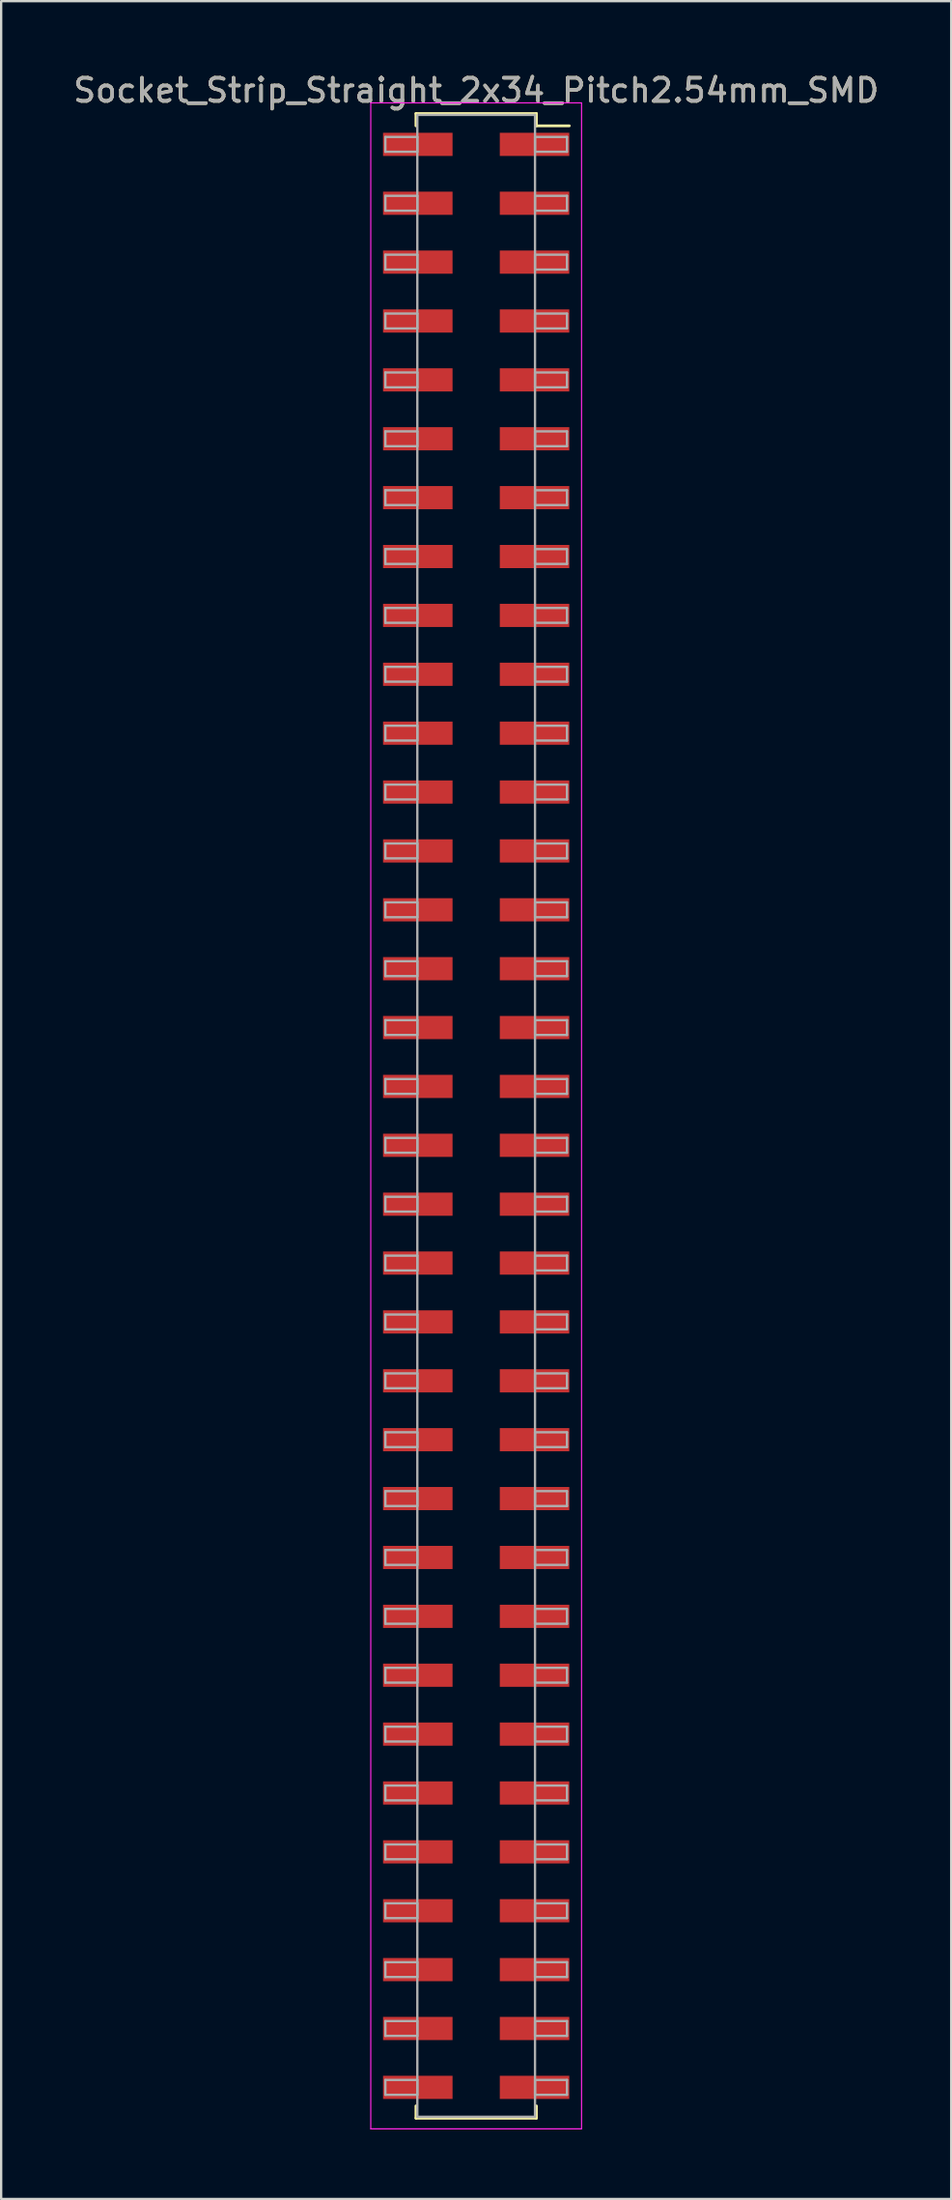
<source format=kicad_pcb>
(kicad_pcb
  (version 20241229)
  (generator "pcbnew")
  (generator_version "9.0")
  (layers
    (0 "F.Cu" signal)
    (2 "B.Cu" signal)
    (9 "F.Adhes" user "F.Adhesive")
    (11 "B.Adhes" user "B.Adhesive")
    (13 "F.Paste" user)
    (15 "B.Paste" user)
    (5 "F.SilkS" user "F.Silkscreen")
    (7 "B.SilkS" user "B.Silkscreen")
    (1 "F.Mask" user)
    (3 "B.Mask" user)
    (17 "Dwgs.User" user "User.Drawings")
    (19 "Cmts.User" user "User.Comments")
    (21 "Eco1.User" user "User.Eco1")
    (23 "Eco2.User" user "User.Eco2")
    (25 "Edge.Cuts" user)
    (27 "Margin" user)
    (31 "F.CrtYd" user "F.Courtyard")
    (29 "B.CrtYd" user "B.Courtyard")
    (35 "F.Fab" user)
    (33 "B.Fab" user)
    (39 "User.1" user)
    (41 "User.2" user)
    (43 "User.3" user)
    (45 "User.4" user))
  (footprint "Socket_Strip_Straight_2x34_Pitch2.54mm_SMD"
    (layer "F.Cu")
    (at 17.506 45.088)
    (property "Reference" "Socket_Strip_Straight_2x34_Pitch2.54mm_SMD" (at 0 -44.24 0) (layer "F.SilkS") (effects (font (size 1 1) (thickness 0.15))))
    (attr smd)
    (fp_line (start -2.6 -43.24) (end 2.6 -43.24) (stroke (width 0.12) (type solid)) (layer "F.SilkS"))
    (fp_line (start -2.6 -42.71) (end -2.6 -43.24) (stroke (width 0.12) (type solid)) (layer "F.SilkS"))
    (fp_line (start -2.6 42.71) (end -2.6 43.24) (stroke (width 0.12) (type solid)) (layer "F.SilkS"))
    (fp_line (start -2.6 43.24) (end 2.6 43.24) (stroke (width 0.12) (type solid)) (layer "F.SilkS"))
    (fp_line (start 2.6 -43.24) (end 2.6 -42.71) (stroke (width 0.12) (type solid)) (layer "F.SilkS"))
    (fp_line (start 2.6 43.24) (end 2.6 42.71) (stroke (width 0.12) (type solid)) (layer "F.SilkS"))
    (fp_line (start 4.02 -42.71) (end 2.6 -42.71) (stroke (width 0.12) (type solid)) (layer "F.SilkS"))
    (fp_line (start -4.55 -43.7) (end -4.55 43.7) (stroke (width 0.05) (type solid)) (layer "F.CrtYd"))
    (fp_line (start -4.55 43.7) (end 4.55 43.7) (stroke (width 0.05) (type solid)) (layer "F.CrtYd"))
    (fp_line (start 4.55 -43.7) (end -4.55 -43.7) (stroke (width 0.05) (type solid)) (layer "F.CrtYd"))
    (fp_line (start 4.55 43.7) (end 4.55 -43.7) (stroke (width 0.05) (type solid)) (layer "F.CrtYd"))
    (fp_line (start -3.92 -42.23) (end -2.54 -42.23) (stroke (width 0.1) (type solid)) (layer "F.Fab"))
    (fp_line (start -3.92 -41.59) (end -3.92 -42.23) (stroke (width 0.1) (type solid)) (layer "F.Fab"))
    (fp_line (start -3.92 -39.69) (end -2.54 -39.69) (stroke (width 0.1) (type solid)) (layer "F.Fab"))
    (fp_line (start -3.92 -39.05) (end -3.92 -39.69) (stroke (width 0.1) (type solid)) (layer "F.Fab"))
    (fp_line (start -3.92 -37.15) (end -2.54 -37.15) (stroke (width 0.1) (type solid)) (layer "F.Fab"))
    (fp_line (start -3.92 -36.51) (end -3.92 -37.15) (stroke (width 0.1) (type solid)) (layer "F.Fab"))
    (fp_line (start -3.92 -34.61) (end -2.54 -34.61) (stroke (width 0.1) (type solid)) (layer "F.Fab"))
    (fp_line (start -3.92 -33.97) (end -3.92 -34.61) (stroke (width 0.1) (type solid)) (layer "F.Fab"))
    (fp_line (start -3.92 -32.07) (end -2.54 -32.07) (stroke (width 0.1) (type solid)) (layer "F.Fab"))
    (fp_line (start -3.92 -31.43) (end -3.92 -32.07) (stroke (width 0.1) (type solid)) (layer "F.Fab"))
    (fp_line (start -3.92 -29.53) (end -2.54 -29.53) (stroke (width 0.1) (type solid)) (layer "F.Fab"))
    (fp_line (start -3.92 -28.89) (end -3.92 -29.53) (stroke (width 0.1) (type solid)) (layer "F.Fab"))
    (fp_line (start -3.92 -26.99) (end -2.54 -26.99) (stroke (width 0.1) (type solid)) (layer "F.Fab"))
    (fp_line (start -3.92 -26.35) (end -3.92 -26.99) (stroke (width 0.1) (type solid)) (layer "F.Fab"))
    (fp_line (start -3.92 -24.45) (end -2.54 -24.45) (stroke (width 0.1) (type solid)) (layer "F.Fab"))
    (fp_line (start -3.92 -23.81) (end -3.92 -24.45) (stroke (width 0.1) (type solid)) (layer "F.Fab"))
    (fp_line (start -3.92 -21.91) (end -2.54 -21.91) (stroke (width 0.1) (type solid)) (layer "F.Fab"))
    (fp_line (start -3.92 -21.27) (end -3.92 -21.91) (stroke (width 0.1) (type solid)) (layer "F.Fab"))
    (fp_line (start -3.92 -19.37) (end -2.54 -19.37) (stroke (width 0.1) (type solid)) (layer "F.Fab"))
    (fp_line (start -3.92 -18.73) (end -3.92 -19.37) (stroke (width 0.1) (type solid)) (layer "F.Fab"))
    (fp_line (start -3.92 -16.83) (end -2.54 -16.83) (stroke (width 0.1) (type solid)) (layer "F.Fab"))
    (fp_line (start -3.92 -16.19) (end -3.92 -16.83) (stroke (width 0.1) (type solid)) (layer "F.Fab"))
    (fp_line (start -3.92 -14.29) (end -2.54 -14.29) (stroke (width 0.1) (type solid)) (layer "F.Fab"))
    (fp_line (start -3.92 -13.65) (end -3.92 -14.29) (stroke (width 0.1) (type solid)) (layer "F.Fab"))
    (fp_line (start -3.92 -11.75) (end -2.54 -11.75) (stroke (width 0.1) (type solid)) (layer "F.Fab"))
    (fp_line (start -3.92 -11.11) (end -3.92 -11.75) (stroke (width 0.1) (type solid)) (layer "F.Fab"))
    (fp_line (start -3.92 -9.21) (end -2.54 -9.21) (stroke (width 0.1) (type solid)) (layer "F.Fab"))
    (fp_line (start -3.92 -8.57) (end -3.92 -9.21) (stroke (width 0.1) (type solid)) (layer "F.Fab"))
    (fp_line (start -3.92 -6.67) (end -2.54 -6.67) (stroke (width 0.1) (type solid)) (layer "F.Fab"))
    (fp_line (start -3.92 -6.03) (end -3.92 -6.67) (stroke (width 0.1) (type solid)) (layer "F.Fab"))
    (fp_line (start -3.92 -4.13) (end -2.54 -4.13) (stroke (width 0.1) (type solid)) (layer "F.Fab"))
    (fp_line (start -3.92 -3.49) (end -3.92 -4.13) (stroke (width 0.1) (type solid)) (layer "F.Fab"))
    (fp_line (start -3.92 -1.59) (end -2.54 -1.59) (stroke (width 0.1) (type solid)) (layer "F.Fab"))
    (fp_line (start -3.92 -0.95) (end -3.92 -1.59) (stroke (width 0.1) (type solid)) (layer "F.Fab"))
    (fp_line (start -3.92 0.95) (end -2.54 0.95) (stroke (width 0.1) (type solid)) (layer "F.Fab"))
    (fp_line (start -3.92 1.59) (end -3.92 0.95) (stroke (width 0.1) (type solid)) (layer "F.Fab"))
    (fp_line (start -3.92 3.49) (end -2.54 3.49) (stroke (width 0.1) (type solid)) (layer "F.Fab"))
    (fp_line (start -3.92 4.13) (end -3.92 3.49) (stroke (width 0.1) (type solid)) (layer "F.Fab"))
    (fp_line (start -3.92 6.03) (end -2.54 6.03) (stroke (width 0.1) (type solid)) (layer "F.Fab"))
    (fp_line (start -3.92 6.67) (end -3.92 6.03) (stroke (width 0.1) (type solid)) (layer "F.Fab"))
    (fp_line (start -3.92 8.57) (end -2.54 8.57) (stroke (width 0.1) (type solid)) (layer "F.Fab"))
    (fp_line (start -3.92 9.21) (end -3.92 8.57) (stroke (width 0.1) (type solid)) (layer "F.Fab"))
    (fp_line (start -3.92 11.11) (end -2.54 11.11) (stroke (width 0.1) (type solid)) (layer "F.Fab"))
    (fp_line (start -3.92 11.75) (end -3.92 11.11) (stroke (width 0.1) (type solid)) (layer "F.Fab"))
    (fp_line (start -3.92 13.65) (end -2.54 13.65) (stroke (width 0.1) (type solid)) (layer "F.Fab"))
    (fp_line (start -3.92 14.29) (end -3.92 13.65) (stroke (width 0.1) (type solid)) (layer "F.Fab"))
    (fp_line (start -3.92 16.19) (end -2.54 16.19) (stroke (width 0.1) (type solid)) (layer "F.Fab"))
    (fp_line (start -3.92 16.83) (end -3.92 16.19) (stroke (width 0.1) (type solid)) (layer "F.Fab"))
    (fp_line (start -3.92 18.73) (end -2.54 18.73) (stroke (width 0.1) (type solid)) (layer "F.Fab"))
    (fp_line (start -3.92 19.37) (end -3.92 18.73) (stroke (width 0.1) (type solid)) (layer "F.Fab"))
    (fp_line (start -3.92 21.27) (end -2.54 21.27) (stroke (width 0.1) (type solid)) (layer "F.Fab"))
    (fp_line (start -3.92 21.91) (end -3.92 21.27) (stroke (width 0.1) (type solid)) (layer "F.Fab"))
    (fp_line (start -3.92 23.81) (end -2.54 23.81) (stroke (width 0.1) (type solid)) (layer "F.Fab"))
    (fp_line (start -3.92 24.45) (end -3.92 23.81) (stroke (width 0.1) (type solid)) (layer "F.Fab"))
    (fp_line (start -3.92 26.35) (end -2.54 26.35) (stroke (width 0.1) (type solid)) (layer "F.Fab"))
    (fp_line (start -3.92 26.99) (end -3.92 26.35) (stroke (width 0.1) (type solid)) (layer "F.Fab"))
    (fp_line (start -3.92 28.89) (end -2.54 28.89) (stroke (width 0.1) (type solid)) (layer "F.Fab"))
    (fp_line (start -3.92 29.53) (end -3.92 28.89) (stroke (width 0.1) (type solid)) (layer "F.Fab"))
    (fp_line (start -3.92 31.43) (end -2.54 31.43) (stroke (width 0.1) (type solid)) (layer "F.Fab"))
    (fp_line (start -3.92 32.07) (end -3.92 31.43) (stroke (width 0.1) (type solid)) (layer "F.Fab"))
    (fp_line (start -3.92 33.97) (end -2.54 33.97) (stroke (width 0.1) (type solid)) (layer "F.Fab"))
    (fp_line (start -3.92 34.61) (end -3.92 33.97) (stroke (width 0.1) (type solid)) (layer "F.Fab"))
    (fp_line (start -3.92 36.51) (end -2.54 36.51) (stroke (width 0.1) (type solid)) (layer "F.Fab"))
    (fp_line (start -3.92 37.15) (end -3.92 36.51) (stroke (width 0.1) (type solid)) (layer "F.Fab"))
    (fp_line (start -3.92 39.05) (end -2.54 39.05) (stroke (width 0.1) (type solid)) (layer "F.Fab"))
    (fp_line (start -3.92 39.69) (end -3.92 39.05) (stroke (width 0.1) (type solid)) (layer "F.Fab"))
    (fp_line (start -3.92 41.59) (end -2.54 41.59) (stroke (width 0.1) (type solid)) (layer "F.Fab"))
    (fp_line (start -3.92 42.23) (end -3.92 41.59) (stroke (width 0.1) (type solid)) (layer "F.Fab"))
    (fp_line (start -2.54 -43.18) (end -2.54 43.18) (stroke (width 0.1) (type solid)) (layer "F.Fab"))
    (fp_line (start -2.54 -42.23) (end -2.54 -41.59) (stroke (width 0.1) (type solid)) (layer "F.Fab"))
    (fp_line (start -2.54 -41.59) (end -3.92 -41.59) (stroke (width 0.1) (type solid)) (layer "F.Fab"))
    (fp_line (start -2.54 -39.69) (end -2.54 -39.05) (stroke (width 0.1) (type solid)) (layer "F.Fab"))
    (fp_line (start -2.54 -39.05) (end -3.92 -39.05) (stroke (width 0.1) (type solid)) (layer "F.Fab"))
    (fp_line (start -2.54 -37.15) (end -2.54 -36.51) (stroke (width 0.1) (type solid)) (layer "F.Fab"))
    (fp_line (start -2.54 -36.51) (end -3.92 -36.51) (stroke (width 0.1) (type solid)) (layer "F.Fab"))
    (fp_line (start -2.54 -34.61) (end -2.54 -33.97) (stroke (width 0.1) (type solid)) (layer "F.Fab"))
    (fp_line (start -2.54 -33.97) (end -3.92 -33.97) (stroke (width 0.1) (type solid)) (layer "F.Fab"))
    (fp_line (start -2.54 -32.07) (end -2.54 -31.43) (stroke (width 0.1) (type solid)) (layer "F.Fab"))
    (fp_line (start -2.54 -31.43) (end -3.92 -31.43) (stroke (width 0.1) (type solid)) (layer "F.Fab"))
    (fp_line (start -2.54 -29.53) (end -2.54 -28.89) (stroke (width 0.1) (type solid)) (layer "F.Fab"))
    (fp_line (start -2.54 -28.89) (end -3.92 -28.89) (stroke (width 0.1) (type solid)) (layer "F.Fab"))
    (fp_line (start -2.54 -26.99) (end -2.54 -26.35) (stroke (width 0.1) (type solid)) (layer "F.Fab"))
    (fp_line (start -2.54 -26.35) (end -3.92 -26.35) (stroke (width 0.1) (type solid)) (layer "F.Fab"))
    (fp_line (start -2.54 -24.45) (end -2.54 -23.81) (stroke (width 0.1) (type solid)) (layer "F.Fab"))
    (fp_line (start -2.54 -23.81) (end -3.92 -23.81) (stroke (width 0.1) (type solid)) (layer "F.Fab"))
    (fp_line (start -2.54 -21.91) (end -2.54 -21.27) (stroke (width 0.1) (type solid)) (layer "F.Fab"))
    (fp_line (start -2.54 -21.27) (end -3.92 -21.27) (stroke (width 0.1) (type solid)) (layer "F.Fab"))
    (fp_line (start -2.54 -19.37) (end -2.54 -18.73) (stroke (width 0.1) (type solid)) (layer "F.Fab"))
    (fp_line (start -2.54 -18.73) (end -3.92 -18.73) (stroke (width 0.1) (type solid)) (layer "F.Fab"))
    (fp_line (start -2.54 -16.83) (end -2.54 -16.19) (stroke (width 0.1) (type solid)) (layer "F.Fab"))
    (fp_line (start -2.54 -16.19) (end -3.92 -16.19) (stroke (width 0.1) (type solid)) (layer "F.Fab"))
    (fp_line (start -2.54 -14.29) (end -2.54 -13.65) (stroke (width 0.1) (type solid)) (layer "F.Fab"))
    (fp_line (start -2.54 -13.65) (end -3.92 -13.65) (stroke (width 0.1) (type solid)) (layer "F.Fab"))
    (fp_line (start -2.54 -11.75) (end -2.54 -11.11) (stroke (width 0.1) (type solid)) (layer "F.Fab"))
    (fp_line (start -2.54 -11.11) (end -3.92 -11.11) (stroke (width 0.1) (type solid)) (layer "F.Fab"))
    (fp_line (start -2.54 -9.21) (end -2.54 -8.57) (stroke (width 0.1) (type solid)) (layer "F.Fab"))
    (fp_line (start -2.54 -8.57) (end -3.92 -8.57) (stroke (width 0.1) (type solid)) (layer "F.Fab"))
    (fp_line (start -2.54 -6.67) (end -2.54 -6.03) (stroke (width 0.1) (type solid)) (layer "F.Fab"))
    (fp_line (start -2.54 -6.03) (end -3.92 -6.03) (stroke (width 0.1) (type solid)) (layer "F.Fab"))
    (fp_line (start -2.54 -4.13) (end -2.54 -3.49) (stroke (width 0.1) (type solid)) (layer "F.Fab"))
    (fp_line (start -2.54 -3.49) (end -3.92 -3.49) (stroke (width 0.1) (type solid)) (layer "F.Fab"))
    (fp_line (start -2.54 -1.59) (end -2.54 -0.95) (stroke (width 0.1) (type solid)) (layer "F.Fab"))
    (fp_line (start -2.54 -0.95) (end -3.92 -0.95) (stroke (width 0.1) (type solid)) (layer "F.Fab"))
    (fp_line (start -2.54 0.95) (end -2.54 1.59) (stroke (width 0.1) (type solid)) (layer "F.Fab"))
    (fp_line (start -2.54 1.59) (end -3.92 1.59) (stroke (width 0.1) (type solid)) (layer "F.Fab"))
    (fp_line (start -2.54 3.49) (end -2.54 4.13) (stroke (width 0.1) (type solid)) (layer "F.Fab"))
    (fp_line (start -2.54 4.13) (end -3.92 4.13) (stroke (width 0.1) (type solid)) (layer "F.Fab"))
    (fp_line (start -2.54 6.03) (end -2.54 6.67) (stroke (width 0.1) (type solid)) (layer "F.Fab"))
    (fp_line (start -2.54 6.67) (end -3.92 6.67) (stroke (width 0.1) (type solid)) (layer "F.Fab"))
    (fp_line (start -2.54 8.57) (end -2.54 9.21) (stroke (width 0.1) (type solid)) (layer "F.Fab"))
    (fp_line (start -2.54 9.21) (end -3.92 9.21) (stroke (width 0.1) (type solid)) (layer "F.Fab"))
    (fp_line (start -2.54 11.11) (end -2.54 11.75) (stroke (width 0.1) (type solid)) (layer "F.Fab"))
    (fp_line (start -2.54 11.75) (end -3.92 11.75) (stroke (width 0.1) (type solid)) (layer "F.Fab"))
    (fp_line (start -2.54 13.65) (end -2.54 14.29) (stroke (width 0.1) (type solid)) (layer "F.Fab"))
    (fp_line (start -2.54 14.29) (end -3.92 14.29) (stroke (width 0.1) (type solid)) (layer "F.Fab"))
    (fp_line (start -2.54 16.19) (end -2.54 16.83) (stroke (width 0.1) (type solid)) (layer "F.Fab"))
    (fp_line (start -2.54 16.83) (end -3.92 16.83) (stroke (width 0.1) (type solid)) (layer "F.Fab"))
    (fp_line (start -2.54 18.73) (end -2.54 19.37) (stroke (width 0.1) (type solid)) (layer "F.Fab"))
    (fp_line (start -2.54 19.37) (end -3.92 19.37) (stroke (width 0.1) (type solid)) (layer "F.Fab"))
    (fp_line (start -2.54 21.27) (end -2.54 21.91) (stroke (width 0.1) (type solid)) (layer "F.Fab"))
    (fp_line (start -2.54 21.91) (end -3.92 21.91) (stroke (width 0.1) (type solid)) (layer "F.Fab"))
    (fp_line (start -2.54 23.81) (end -2.54 24.45) (stroke (width 0.1) (type solid)) (layer "F.Fab"))
    (fp_line (start -2.54 24.45) (end -3.92 24.45) (stroke (width 0.1) (type solid)) (layer "F.Fab"))
    (fp_line (start -2.54 26.35) (end -2.54 26.99) (stroke (width 0.1) (type solid)) (layer "F.Fab"))
    (fp_line (start -2.54 26.99) (end -3.92 26.99) (stroke (width 0.1) (type solid)) (layer "F.Fab"))
    (fp_line (start -2.54 28.89) (end -2.54 29.53) (stroke (width 0.1) (type solid)) (layer "F.Fab"))
    (fp_line (start -2.54 29.53) (end -3.92 29.53) (stroke (width 0.1) (type solid)) (layer "F.Fab"))
    (fp_line (start -2.54 31.43) (end -2.54 32.07) (stroke (width 0.1) (type solid)) (layer "F.Fab"))
    (fp_line (start -2.54 32.07) (end -3.92 32.07) (stroke (width 0.1) (type solid)) (layer "F.Fab"))
    (fp_line (start -2.54 33.97) (end -2.54 34.61) (stroke (width 0.1) (type solid)) (layer "F.Fab"))
    (fp_line (start -2.54 34.61) (end -3.92 34.61) (stroke (width 0.1) (type solid)) (layer "F.Fab"))
    (fp_line (start -2.54 36.51) (end -2.54 37.15) (stroke (width 0.1) (type solid)) (layer "F.Fab"))
    (fp_line (start -2.54 37.15) (end -3.92 37.15) (stroke (width 0.1) (type solid)) (layer "F.Fab"))
    (fp_line (start -2.54 39.05) (end -2.54 39.69) (stroke (width 0.1) (type solid)) (layer "F.Fab"))
    (fp_line (start -2.54 39.69) (end -3.92 39.69) (stroke (width 0.1) (type solid)) (layer "F.Fab"))
    (fp_line (start -2.54 41.59) (end -2.54 42.23) (stroke (width 0.1) (type solid)) (layer "F.Fab"))
    (fp_line (start -2.54 42.23) (end -3.92 42.23) (stroke (width 0.1) (type solid)) (layer "F.Fab"))
    (fp_line (start -2.54 43.18) (end 2.54 43.18) (stroke (width 0.1) (type solid)) (layer "F.Fab"))
    (fp_line (start 2.54 -43.18) (end -2.54 -43.18) (stroke (width 0.1) (type solid)) (layer "F.Fab"))
    (fp_line (start 2.54 -42.23) (end 2.54 -41.59) (stroke (width 0.1) (type solid)) (layer "F.Fab"))
    (fp_line (start 2.54 -41.59) (end 3.92 -41.59) (stroke (width 0.1) (type solid)) (layer "F.Fab"))
    (fp_line (start 2.54 -39.69) (end 2.54 -39.05) (stroke (width 0.1) (type solid)) (layer "F.Fab"))
    (fp_line (start 2.54 -39.05) (end 3.92 -39.05) (stroke (width 0.1) (type solid)) (layer "F.Fab"))
    (fp_line (start 2.54 -37.15) (end 2.54 -36.51) (stroke (width 0.1) (type solid)) (layer "F.Fab"))
    (fp_line (start 2.54 -36.51) (end 3.92 -36.51) (stroke (width 0.1) (type solid)) (layer "F.Fab"))
    (fp_line (start 2.54 -34.61) (end 2.54 -33.97) (stroke (width 0.1) (type solid)) (layer "F.Fab"))
    (fp_line (start 2.54 -33.97) (end 3.92 -33.97) (stroke (width 0.1) (type solid)) (layer "F.Fab"))
    (fp_line (start 2.54 -32.07) (end 2.54 -31.43) (stroke (width 0.1) (type solid)) (layer "F.Fab"))
    (fp_line (start 2.54 -31.43) (end 3.92 -31.43) (stroke (width 0.1) (type solid)) (layer "F.Fab"))
    (fp_line (start 2.54 -29.53) (end 2.54 -28.89) (stroke (width 0.1) (type solid)) (layer "F.Fab"))
    (fp_line (start 2.54 -28.89) (end 3.92 -28.89) (stroke (width 0.1) (type solid)) (layer "F.Fab"))
    (fp_line (start 2.54 -26.99) (end 2.54 -26.35) (stroke (width 0.1) (type solid)) (layer "F.Fab"))
    (fp_line (start 2.54 -26.35) (end 3.92 -26.35) (stroke (width 0.1) (type solid)) (layer "F.Fab"))
    (fp_line (start 2.54 -24.45) (end 2.54 -23.81) (stroke (width 0.1) (type solid)) (layer "F.Fab"))
    (fp_line (start 2.54 -23.81) (end 3.92 -23.81) (stroke (width 0.1) (type solid)) (layer "F.Fab"))
    (fp_line (start 2.54 -21.91) (end 2.54 -21.27) (stroke (width 0.1) (type solid)) (layer "F.Fab"))
    (fp_line (start 2.54 -21.27) (end 3.92 -21.27) (stroke (width 0.1) (type solid)) (layer "F.Fab"))
    (fp_line (start 2.54 -19.37) (end 2.54 -18.73) (stroke (width 0.1) (type solid)) (layer "F.Fab"))
    (fp_line (start 2.54 -18.73) (end 3.92 -18.73) (stroke (width 0.1) (type solid)) (layer "F.Fab"))
    (fp_line (start 2.54 -16.83) (end 2.54 -16.19) (stroke (width 0.1) (type solid)) (layer "F.Fab"))
    (fp_line (start 2.54 -16.19) (end 3.92 -16.19) (stroke (width 0.1) (type solid)) (layer "F.Fab"))
    (fp_line (start 2.54 -14.29) (end 2.54 -13.65) (stroke (width 0.1) (type solid)) (layer "F.Fab"))
    (fp_line (start 2.54 -13.65) (end 3.92 -13.65) (stroke (width 0.1) (type solid)) (layer "F.Fab"))
    (fp_line (start 2.54 -11.75) (end 2.54 -11.11) (stroke (width 0.1) (type solid)) (layer "F.Fab"))
    (fp_line (start 2.54 -11.11) (end 3.92 -11.11) (stroke (width 0.1) (type solid)) (layer "F.Fab"))
    (fp_line (start 2.54 -9.21) (end 2.54 -8.57) (stroke (width 0.1) (type solid)) (layer "F.Fab"))
    (fp_line (start 2.54 -8.57) (end 3.92 -8.57) (stroke (width 0.1) (type solid)) (layer "F.Fab"))
    (fp_line (start 2.54 -6.67) (end 2.54 -6.03) (stroke (width 0.1) (type solid)) (layer "F.Fab"))
    (fp_line (start 2.54 -6.03) (end 3.92 -6.03) (stroke (width 0.1) (type solid)) (layer "F.Fab"))
    (fp_line (start 2.54 -4.13) (end 2.54 -3.49) (stroke (width 0.1) (type solid)) (layer "F.Fab"))
    (fp_line (start 2.54 -3.49) (end 3.92 -3.49) (stroke (width 0.1) (type solid)) (layer "F.Fab"))
    (fp_line (start 2.54 -1.59) (end 2.54 -0.95) (stroke (width 0.1) (type solid)) (layer "F.Fab"))
    (fp_line (start 2.54 -0.95) (end 3.92 -0.95) (stroke (width 0.1) (type solid)) (layer "F.Fab"))
    (fp_line (start 2.54 0.95) (end 2.54 1.59) (stroke (width 0.1) (type solid)) (layer "F.Fab"))
    (fp_line (start 2.54 1.59) (end 3.92 1.59) (stroke (width 0.1) (type solid)) (layer "F.Fab"))
    (fp_line (start 2.54 3.49) (end 2.54 4.13) (stroke (width 0.1) (type solid)) (layer "F.Fab"))
    (fp_line (start 2.54 4.13) (end 3.92 4.13) (stroke (width 0.1) (type solid)) (layer "F.Fab"))
    (fp_line (start 2.54 6.03) (end 2.54 6.67) (stroke (width 0.1) (type solid)) (layer "F.Fab"))
    (fp_line (start 2.54 6.67) (end 3.92 6.67) (stroke (width 0.1) (type solid)) (layer "F.Fab"))
    (fp_line (start 2.54 8.57) (end 2.54 9.21) (stroke (width 0.1) (type solid)) (layer "F.Fab"))
    (fp_line (start 2.54 9.21) (end 3.92 9.21) (stroke (width 0.1) (type solid)) (layer "F.Fab"))
    (fp_line (start 2.54 11.11) (end 2.54 11.75) (stroke (width 0.1) (type solid)) (layer "F.Fab"))
    (fp_line (start 2.54 11.75) (end 3.92 11.75) (stroke (width 0.1) (type solid)) (layer "F.Fab"))
    (fp_line (start 2.54 13.65) (end 2.54 14.29) (stroke (width 0.1) (type solid)) (layer "F.Fab"))
    (fp_line (start 2.54 14.29) (end 3.92 14.29) (stroke (width 0.1) (type solid)) (layer "F.Fab"))
    (fp_line (start 2.54 16.19) (end 2.54 16.83) (stroke (width 0.1) (type solid)) (layer "F.Fab"))
    (fp_line (start 2.54 16.83) (end 3.92 16.83) (stroke (width 0.1) (type solid)) (layer "F.Fab"))
    (fp_line (start 2.54 18.73) (end 2.54 19.37) (stroke (width 0.1) (type solid)) (layer "F.Fab"))
    (fp_line (start 2.54 19.37) (end 3.92 19.37) (stroke (width 0.1) (type solid)) (layer "F.Fab"))
    (fp_line (start 2.54 21.27) (end 2.54 21.91) (stroke (width 0.1) (type solid)) (layer "F.Fab"))
    (fp_line (start 2.54 21.91) (end 3.92 21.91) (stroke (width 0.1) (type solid)) (layer "F.Fab"))
    (fp_line (start 2.54 23.81) (end 2.54 24.45) (stroke (width 0.1) (type solid)) (layer "F.Fab"))
    (fp_line (start 2.54 24.45) (end 3.92 24.45) (stroke (width 0.1) (type solid)) (layer "F.Fab"))
    (fp_line (start 2.54 26.35) (end 2.54 26.99) (stroke (width 0.1) (type solid)) (layer "F.Fab"))
    (fp_line (start 2.54 26.99) (end 3.92 26.99) (stroke (width 0.1) (type solid)) (layer "F.Fab"))
    (fp_line (start 2.54 28.89) (end 2.54 29.53) (stroke (width 0.1) (type solid)) (layer "F.Fab"))
    (fp_line (start 2.54 29.53) (end 3.92 29.53) (stroke (width 0.1) (type solid)) (layer "F.Fab"))
    (fp_line (start 2.54 31.43) (end 2.54 32.07) (stroke (width 0.1) (type solid)) (layer "F.Fab"))
    (fp_line (start 2.54 32.07) (end 3.92 32.07) (stroke (width 0.1) (type solid)) (layer "F.Fab"))
    (fp_line (start 2.54 33.97) (end 2.54 34.61) (stroke (width 0.1) (type solid)) (layer "F.Fab"))
    (fp_line (start 2.54 34.61) (end 3.92 34.61) (stroke (width 0.1) (type solid)) (layer "F.Fab"))
    (fp_line (start 2.54 36.51) (end 2.54 37.15) (stroke (width 0.1) (type solid)) (layer "F.Fab"))
    (fp_line (start 2.54 37.15) (end 3.92 37.15) (stroke (width 0.1) (type solid)) (layer "F.Fab"))
    (fp_line (start 2.54 39.05) (end 2.54 39.69) (stroke (width 0.1) (type solid)) (layer "F.Fab"))
    (fp_line (start 2.54 39.69) (end 3.92 39.69) (stroke (width 0.1) (type solid)) (layer "F.Fab"))
    (fp_line (start 2.54 41.59) (end 2.54 42.23) (stroke (width 0.1) (type solid)) (layer "F.Fab"))
    (fp_line (start 2.54 42.23) (end 3.92 42.23) (stroke (width 0.1) (type solid)) (layer "F.Fab"))
    (fp_line (start 2.54 43.18) (end 2.54 -43.18) (stroke (width 0.1) (type solid)) (layer "F.Fab"))
    (fp_line (start 3.92 -42.23) (end 2.54 -42.23) (stroke (width 0.1) (type solid)) (layer "F.Fab"))
    (fp_line (start 3.92 -41.59) (end 3.92 -42.23) (stroke (width 0.1) (type solid)) (layer "F.Fab"))
    (fp_line (start 3.92 -39.69) (end 2.54 -39.69) (stroke (width 0.1) (type solid)) (layer "F.Fab"))
    (fp_line (start 3.92 -39.05) (end 3.92 -39.69) (stroke (width 0.1) (type solid)) (layer "F.Fab"))
    (fp_line (start 3.92 -37.15) (end 2.54 -37.15) (stroke (width 0.1) (type solid)) (layer "F.Fab"))
    (fp_line (start 3.92 -36.51) (end 3.92 -37.15) (stroke (width 0.1) (type solid)) (layer "F.Fab"))
    (fp_line (start 3.92 -34.61) (end 2.54 -34.61) (stroke (width 0.1) (type solid)) (layer "F.Fab"))
    (fp_line (start 3.92 -33.97) (end 3.92 -34.61) (stroke (width 0.1) (type solid)) (layer "F.Fab"))
    (fp_line (start 3.92 -32.07) (end 2.54 -32.07) (stroke (width 0.1) (type solid)) (layer "F.Fab"))
    (fp_line (start 3.92 -31.43) (end 3.92 -32.07) (stroke (width 0.1) (type solid)) (layer "F.Fab"))
    (fp_line (start 3.92 -29.53) (end 2.54 -29.53) (stroke (width 0.1) (type solid)) (layer "F.Fab"))
    (fp_line (start 3.92 -28.89) (end 3.92 -29.53) (stroke (width 0.1) (type solid)) (layer "F.Fab"))
    (fp_line (start 3.92 -26.99) (end 2.54 -26.99) (stroke (width 0.1) (type solid)) (layer "F.Fab"))
    (fp_line (start 3.92 -26.35) (end 3.92 -26.99) (stroke (width 0.1) (type solid)) (layer "F.Fab"))
    (fp_line (start 3.92 -24.45) (end 2.54 -24.45) (stroke (width 0.1) (type solid)) (layer "F.Fab"))
    (fp_line (start 3.92 -23.81) (end 3.92 -24.45) (stroke (width 0.1) (type solid)) (layer "F.Fab"))
    (fp_line (start 3.92 -21.91) (end 2.54 -21.91) (stroke (width 0.1) (type solid)) (layer "F.Fab"))
    (fp_line (start 3.92 -21.27) (end 3.92 -21.91) (stroke (width 0.1) (type solid)) (layer "F.Fab"))
    (fp_line (start 3.92 -19.37) (end 2.54 -19.37) (stroke (width 0.1) (type solid)) (layer "F.Fab"))
    (fp_line (start 3.92 -18.73) (end 3.92 -19.37) (stroke (width 0.1) (type solid)) (layer "F.Fab"))
    (fp_line (start 3.92 -16.83) (end 2.54 -16.83) (stroke (width 0.1) (type solid)) (layer "F.Fab"))
    (fp_line (start 3.92 -16.19) (end 3.92 -16.83) (stroke (width 0.1) (type solid)) (layer "F.Fab"))
    (fp_line (start 3.92 -14.29) (end 2.54 -14.29) (stroke (width 0.1) (type solid)) (layer "F.Fab"))
    (fp_line (start 3.92 -13.65) (end 3.92 -14.29) (stroke (width 0.1) (type solid)) (layer "F.Fab"))
    (fp_line (start 3.92 -11.75) (end 2.54 -11.75) (stroke (width 0.1) (type solid)) (layer "F.Fab"))
    (fp_line (start 3.92 -11.11) (end 3.92 -11.75) (stroke (width 0.1) (type solid)) (layer "F.Fab"))
    (fp_line (start 3.92 -9.21) (end 2.54 -9.21) (stroke (width 0.1) (type solid)) (layer "F.Fab"))
    (fp_line (start 3.92 -8.57) (end 3.92 -9.21) (stroke (width 0.1) (type solid)) (layer "F.Fab"))
    (fp_line (start 3.92 -6.67) (end 2.54 -6.67) (stroke (width 0.1) (type solid)) (layer "F.Fab"))
    (fp_line (start 3.92 -6.03) (end 3.92 -6.67) (stroke (width 0.1) (type solid)) (layer "F.Fab"))
    (fp_line (start 3.92 -4.13) (end 2.54 -4.13) (stroke (width 0.1) (type solid)) (layer "F.Fab"))
    (fp_line (start 3.92 -3.49) (end 3.92 -4.13) (stroke (width 0.1) (type solid)) (layer "F.Fab"))
    (fp_line (start 3.92 -1.59) (end 2.54 -1.59) (stroke (width 0.1) (type solid)) (layer "F.Fab"))
    (fp_line (start 3.92 -0.95) (end 3.92 -1.59) (stroke (width 0.1) (type solid)) (layer "F.Fab"))
    (fp_line (start 3.92 0.95) (end 2.54 0.95) (stroke (width 0.1) (type solid)) (layer "F.Fab"))
    (fp_line (start 3.92 1.59) (end 3.92 0.95) (stroke (width 0.1) (type solid)) (layer "F.Fab"))
    (fp_line (start 3.92 3.49) (end 2.54 3.49) (stroke (width 0.1) (type solid)) (layer "F.Fab"))
    (fp_line (start 3.92 4.13) (end 3.92 3.49) (stroke (width 0.1) (type solid)) (layer "F.Fab"))
    (fp_line (start 3.92 6.03) (end 2.54 6.03) (stroke (width 0.1) (type solid)) (layer "F.Fab"))
    (fp_line (start 3.92 6.67) (end 3.92 6.03) (stroke (width 0.1) (type solid)) (layer "F.Fab"))
    (fp_line (start 3.92 8.57) (end 2.54 8.57) (stroke (width 0.1) (type solid)) (layer "F.Fab"))
    (fp_line (start 3.92 9.21) (end 3.92 8.57) (stroke (width 0.1) (type solid)) (layer "F.Fab"))
    (fp_line (start 3.92 11.11) (end 2.54 11.11) (stroke (width 0.1) (type solid)) (layer "F.Fab"))
    (fp_line (start 3.92 11.75) (end 3.92 11.11) (stroke (width 0.1) (type solid)) (layer "F.Fab"))
    (fp_line (start 3.92 13.65) (end 2.54 13.65) (stroke (width 0.1) (type solid)) (layer "F.Fab"))
    (fp_line (start 3.92 14.29) (end 3.92 13.65) (stroke (width 0.1) (type solid)) (layer "F.Fab"))
    (fp_line (start 3.92 16.19) (end 2.54 16.19) (stroke (width 0.1) (type solid)) (layer "F.Fab"))
    (fp_line (start 3.92 16.83) (end 3.92 16.19) (stroke (width 0.1) (type solid)) (layer "F.Fab"))
    (fp_line (start 3.92 18.73) (end 2.54 18.73) (stroke (width 0.1) (type solid)) (layer "F.Fab"))
    (fp_line (start 3.92 19.37) (end 3.92 18.73) (stroke (width 0.1) (type solid)) (layer "F.Fab"))
    (fp_line (start 3.92 21.27) (end 2.54 21.27) (stroke (width 0.1) (type solid)) (layer "F.Fab"))
    (fp_line (start 3.92 21.91) (end 3.92 21.27) (stroke (width 0.1) (type solid)) (layer "F.Fab"))
    (fp_line (start 3.92 23.81) (end 2.54 23.81) (stroke (width 0.1) (type solid)) (layer "F.Fab"))
    (fp_line (start 3.92 24.45) (end 3.92 23.81) (stroke (width 0.1) (type solid)) (layer "F.Fab"))
    (fp_line (start 3.92 26.35) (end 2.54 26.35) (stroke (width 0.1) (type solid)) (layer "F.Fab"))
    (fp_line (start 3.92 26.99) (end 3.92 26.35) (stroke (width 0.1) (type solid)) (layer "F.Fab"))
    (fp_line (start 3.92 28.89) (end 2.54 28.89) (stroke (width 0.1) (type solid)) (layer "F.Fab"))
    (fp_line (start 3.92 29.53) (end 3.92 28.89) (stroke (width 0.1) (type solid)) (layer "F.Fab"))
    (fp_line (start 3.92 31.43) (end 2.54 31.43) (stroke (width 0.1) (type solid)) (layer "F.Fab"))
    (fp_line (start 3.92 32.07) (end 3.92 31.43) (stroke (width 0.1) (type solid)) (layer "F.Fab"))
    (fp_line (start 3.92 33.97) (end 2.54 33.97) (stroke (width 0.1) (type solid)) (layer "F.Fab"))
    (fp_line (start 3.92 34.61) (end 3.92 33.97) (stroke (width 0.1) (type solid)) (layer "F.Fab"))
    (fp_line (start 3.92 36.51) (end 2.54 36.51) (stroke (width 0.1) (type solid)) (layer "F.Fab"))
    (fp_line (start 3.92 37.15) (end 3.92 36.51) (stroke (width 0.1) (type solid)) (layer "F.Fab"))
    (fp_line (start 3.92 39.05) (end 2.54 39.05) (stroke (width 0.1) (type solid)) (layer "F.Fab"))
    (fp_line (start 3.92 39.69) (end 3.92 39.05) (stroke (width 0.1) (type solid)) (layer "F.Fab"))
    (fp_line (start 3.92 41.59) (end 2.54 41.59) (stroke (width 0.1) (type solid)) (layer "F.Fab"))
    (fp_line (start 3.92 42.23) (end 3.92 41.59) (stroke (width 0.1) (type solid)) (layer "F.Fab"))
    (fp_text user "${REFERENCE}" (at 0 -44.24 0) (layer "F.Fab") (effects (font (size 1 1) (thickness 0.15))))
    (pad "1" smd rect (at 2.52 -41.91) (size 3 1) (layers "F.Cu" "F.Mask" "F.Paste"))
    (pad "2" smd rect (at -2.52 -41.91) (size 3 1) (layers "F.Cu" "F.Mask" "F.Paste"))
    (pad "3" smd rect (at 2.52 -39.37) (size 3 1) (layers "F.Cu" "F.Mask" "F.Paste"))
    (pad "4" smd rect (at -2.52 -39.37) (size 3 1) (layers "F.Cu" "F.Mask" "F.Paste"))
    (pad "5" smd rect (at 2.52 -36.83) (size 3 1) (layers "F.Cu" "F.Mask" "F.Paste"))
    (pad "6" smd rect (at -2.52 -36.83) (size 3 1) (layers "F.Cu" "F.Mask" "F.Paste"))
    (pad "7" smd rect (at 2.52 -34.29) (size 3 1) (layers "F.Cu" "F.Mask" "F.Paste"))
    (pad "8" smd rect (at -2.52 -34.29) (size 3 1) (layers "F.Cu" "F.Mask" "F.Paste"))
    (pad "9" smd rect (at 2.52 -31.75) (size 3 1) (layers "F.Cu" "F.Mask" "F.Paste"))
    (pad "10" smd rect (at -2.52 -31.75) (size 3 1) (layers "F.Cu" "F.Mask" "F.Paste"))
    (pad "11" smd rect (at 2.52 -29.21) (size 3 1) (layers "F.Cu" "F.Mask" "F.Paste"))
    (pad "12" smd rect (at -2.52 -29.21) (size 3 1) (layers "F.Cu" "F.Mask" "F.Paste"))
    (pad "13" smd rect (at 2.52 -26.67) (size 3 1) (layers "F.Cu" "F.Mask" "F.Paste"))
    (pad "14" smd rect (at -2.52 -26.67) (size 3 1) (layers "F.Cu" "F.Mask" "F.Paste"))
    (pad "15" smd rect (at 2.52 -24.13) (size 3 1) (layers "F.Cu" "F.Mask" "F.Paste"))
    (pad "16" smd rect (at -2.52 -24.13) (size 3 1) (layers "F.Cu" "F.Mask" "F.Paste"))
    (pad "17" smd rect (at 2.52 -21.59) (size 3 1) (layers "F.Cu" "F.Mask" "F.Paste"))
    (pad "18" smd rect (at -2.52 -21.59) (size 3 1) (layers "F.Cu" "F.Mask" "F.Paste"))
    (pad "19" smd rect (at 2.52 -19.05) (size 3 1) (layers "F.Cu" "F.Mask" "F.Paste"))
    (pad "20" smd rect (at -2.52 -19.05) (size 3 1) (layers "F.Cu" "F.Mask" "F.Paste"))
    (pad "21" smd rect (at 2.52 -16.51) (size 3 1) (layers "F.Cu" "F.Mask" "F.Paste"))
    (pad "22" smd rect (at -2.52 -16.51) (size 3 1) (layers "F.Cu" "F.Mask" "F.Paste"))
    (pad "23" smd rect (at 2.52 -13.97) (size 3 1) (layers "F.Cu" "F.Mask" "F.Paste"))
    (pad "24" smd rect (at -2.52 -13.97) (size 3 1) (layers "F.Cu" "F.Mask" "F.Paste"))
    (pad "25" smd rect (at 2.52 -11.43) (size 3 1) (layers "F.Cu" "F.Mask" "F.Paste"))
    (pad "26" smd rect (at -2.52 -11.43) (size 3 1) (layers "F.Cu" "F.Mask" "F.Paste"))
    (pad "27" smd rect (at 2.52 -8.89) (size 3 1) (layers "F.Cu" "F.Mask" "F.Paste"))
    (pad "28" smd rect (at -2.52 -8.89) (size 3 1) (layers "F.Cu" "F.Mask" "F.Paste"))
    (pad "29" smd rect (at 2.52 -6.35) (size 3 1) (layers "F.Cu" "F.Mask" "F.Paste"))
    (pad "30" smd rect (at -2.52 -6.35) (size 3 1) (layers "F.Cu" "F.Mask" "F.Paste"))
    (pad "31" smd rect (at 2.52 -3.81) (size 3 1) (layers "F.Cu" "F.Mask" "F.Paste"))
    (pad "32" smd rect (at -2.52 -3.81) (size 3 1) (layers "F.Cu" "F.Mask" "F.Paste"))
    (pad "33" smd rect (at 2.52 -1.27) (size 3 1) (layers "F.Cu" "F.Mask" "F.Paste"))
    (pad "34" smd rect (at -2.52 -1.27) (size 3 1) (layers "F.Cu" "F.Mask" "F.Paste"))
    (pad "35" smd rect (at 2.52 1.27) (size 3 1) (layers "F.Cu" "F.Mask" "F.Paste"))
    (pad "36" smd rect (at -2.52 1.27) (size 3 1) (layers "F.Cu" "F.Mask" "F.Paste"))
    (pad "37" smd rect (at 2.52 3.81) (size 3 1) (layers "F.Cu" "F.Mask" "F.Paste"))
    (pad "38" smd rect (at -2.52 3.81) (size 3 1) (layers "F.Cu" "F.Mask" "F.Paste"))
    (pad "39" smd rect (at 2.52 6.35) (size 3 1) (layers "F.Cu" "F.Mask" "F.Paste"))
    (pad "40" smd rect (at -2.52 6.35) (size 3 1) (layers "F.Cu" "F.Mask" "F.Paste"))
    (pad "41" smd rect (at 2.52 8.89) (size 3 1) (layers "F.Cu" "F.Mask" "F.Paste"))
    (pad "42" smd rect (at -2.52 8.89) (size 3 1) (layers "F.Cu" "F.Mask" "F.Paste"))
    (pad "43" smd rect (at 2.52 11.43) (size 3 1) (layers "F.Cu" "F.Mask" "F.Paste"))
    (pad "44" smd rect (at -2.52 11.43) (size 3 1) (layers "F.Cu" "F.Mask" "F.Paste"))
    (pad "45" smd rect (at 2.52 13.97) (size 3 1) (layers "F.Cu" "F.Mask" "F.Paste"))
    (pad "46" smd rect (at -2.52 13.97) (size 3 1) (layers "F.Cu" "F.Mask" "F.Paste"))
    (pad "47" smd rect (at 2.52 16.51) (size 3 1) (layers "F.Cu" "F.Mask" "F.Paste"))
    (pad "48" smd rect (at -2.52 16.51) (size 3 1) (layers "F.Cu" "F.Mask" "F.Paste"))
    (pad "49" smd rect (at 2.52 19.05) (size 3 1) (layers "F.Cu" "F.Mask" "F.Paste"))
    (pad "50" smd rect (at -2.52 19.05) (size 3 1) (layers "F.Cu" "F.Mask" "F.Paste"))
    (pad "51" smd rect (at 2.52 21.59) (size 3 1) (layers "F.Cu" "F.Mask" "F.Paste"))
    (pad "52" smd rect (at -2.52 21.59) (size 3 1) (layers "F.Cu" "F.Mask" "F.Paste"))
    (pad "53" smd rect (at 2.52 24.13) (size 3 1) (layers "F.Cu" "F.Mask" "F.Paste"))
    (pad "54" smd rect (at -2.52 24.13) (size 3 1) (layers "F.Cu" "F.Mask" "F.Paste"))
    (pad "55" smd rect (at 2.52 26.67) (size 3 1) (layers "F.Cu" "F.Mask" "F.Paste"))
    (pad "56" smd rect (at -2.52 26.67) (size 3 1) (layers "F.Cu" "F.Mask" "F.Paste"))
    (pad "57" smd rect (at 2.52 29.21) (size 3 1) (layers "F.Cu" "F.Mask" "F.Paste"))
    (pad "58" smd rect (at -2.52 29.21) (size 3 1) (layers "F.Cu" "F.Mask" "F.Paste"))
    (pad "59" smd rect (at 2.52 31.75) (size 3 1) (layers "F.Cu" "F.Mask" "F.Paste"))
    (pad "60" smd rect (at -2.52 31.75) (size 3 1) (layers "F.Cu" "F.Mask" "F.Paste"))
    (pad "61" smd rect (at 2.52 34.29) (size 3 1) (layers "F.Cu" "F.Mask" "F.Paste"))
    (pad "62" smd rect (at -2.52 34.29) (size 3 1) (layers "F.Cu" "F.Mask" "F.Paste"))
    (pad "63" smd rect (at 2.52 36.83) (size 3 1) (layers "F.Cu" "F.Mask" "F.Paste"))
    (pad "64" smd rect (at -2.52 36.83) (size 3 1) (layers "F.Cu" "F.Mask" "F.Paste"))
    (pad "65" smd rect (at 2.52 39.37) (size 3 1) (layers "F.Cu" "F.Mask" "F.Paste"))
    (pad "66" smd rect (at -2.52 39.37) (size 3 1) (layers "F.Cu" "F.Mask" "F.Paste"))
    (pad "67" smd rect (at 2.52 41.91) (size 3 1) (layers "F.Cu" "F.Mask" "F.Paste"))
    (pad "68" smd rect (at -2.52 41.91) (size 3 1) (layers "F.Cu" "F.Mask" "F.Paste")))
  (gr_rect
    (start -3 -3)
    (end 38.012 91.813)
    (stroke (width 0.1) (type default))
    (fill no)
    (layer "Edge.Cuts")))
</source>
